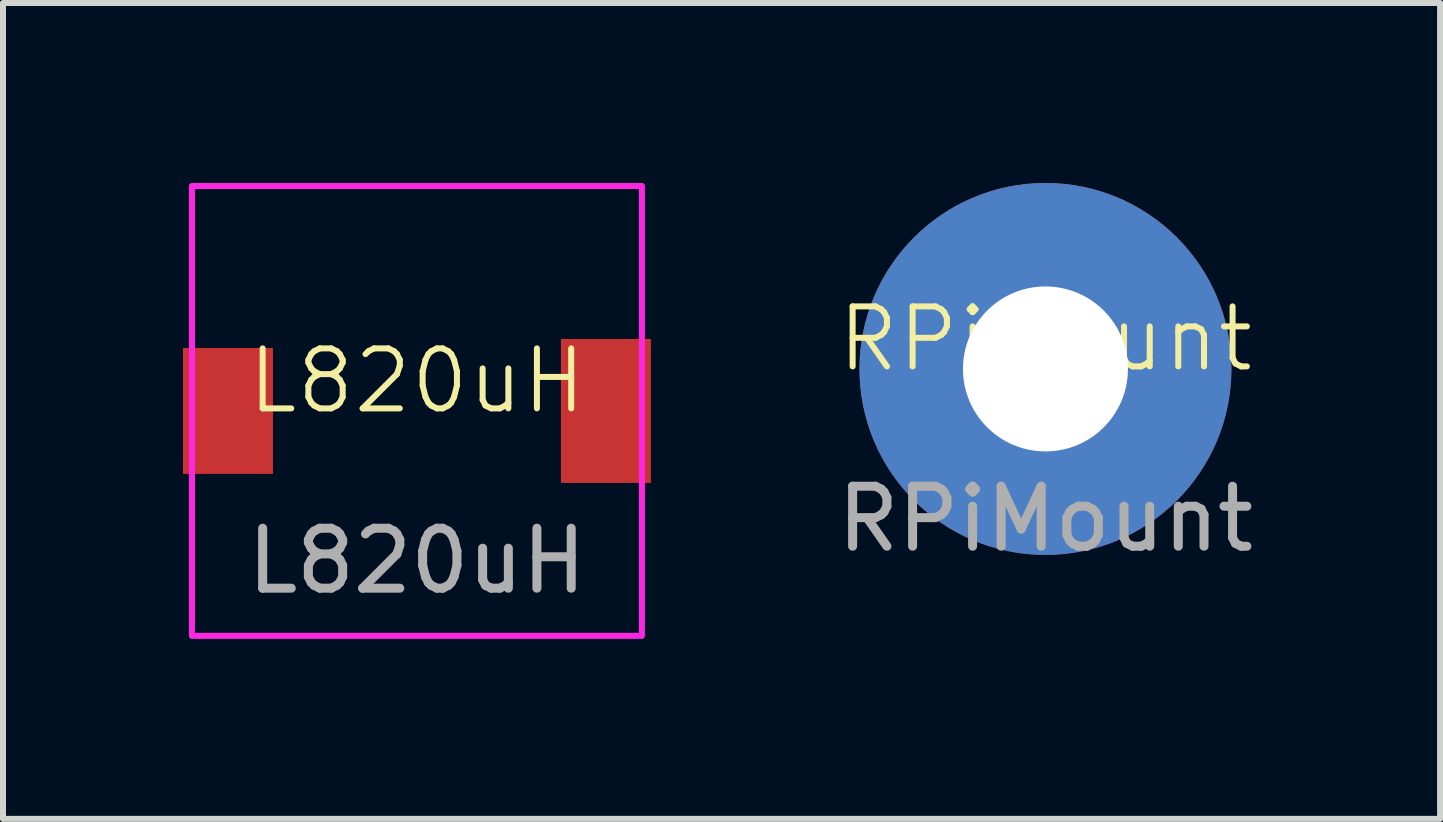
<source format=kicad_pcb>
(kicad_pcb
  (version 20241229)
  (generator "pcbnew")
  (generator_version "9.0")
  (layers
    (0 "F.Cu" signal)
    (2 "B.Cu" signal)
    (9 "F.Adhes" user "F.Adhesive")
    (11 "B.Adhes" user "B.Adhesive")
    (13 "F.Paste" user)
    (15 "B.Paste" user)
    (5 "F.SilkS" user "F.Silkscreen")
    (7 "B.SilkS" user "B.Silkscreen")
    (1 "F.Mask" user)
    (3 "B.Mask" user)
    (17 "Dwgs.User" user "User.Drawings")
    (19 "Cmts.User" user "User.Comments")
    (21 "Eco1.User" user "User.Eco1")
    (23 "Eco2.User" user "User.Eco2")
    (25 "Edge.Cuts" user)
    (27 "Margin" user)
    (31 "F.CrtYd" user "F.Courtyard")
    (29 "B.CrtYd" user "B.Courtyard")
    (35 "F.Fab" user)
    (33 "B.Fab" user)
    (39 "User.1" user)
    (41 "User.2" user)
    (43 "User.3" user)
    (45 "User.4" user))
  (footprint "RPiMount"
    (layer "F.Cu")
    (at 14.377 3.1)
    (property "Reference" "RPiMount" (at 0 -0.5 0) (unlocked yes) (layer "F.SilkS") (effects (font (size 1 1) (thickness 0.1))))
    (attr through_hole)
    (fp_text user "${REFERENCE}" (at 0 2.5 0) (unlocked yes) (layer "F.Fab") (effects (font (size 1 1) (thickness 0.15))))
    (pad "1" thru_hole circle (at 0 0) (size 6.2 6.2) (drill 2.75) (layers "*.Cu")))
  (footprint "L820uH"
    (layer "F.Cu")
    (at 3.9 3.8)
    (property "Reference" "L820uH" (at 0 -0.5 0) (unlocked yes) (layer "F.SilkS") (effects (font (size 1 1) (thickness 0.1))))
    (attr smd)
    (fp_rect (start -3.75 -3.75) (end 3.75 3.75) (stroke (width 0.1) (type default)) (fill no) (layer "F.CrtYd"))
    (fp_text user "${REFERENCE}" (at 0 2.5 0) (unlocked yes) (layer "F.Fab") (effects (font (size 1 1) (thickness 0.15))))
    (pad "1" smd rect (at 3.15 0) (size 1.5 2.4) (layers "F.Cu" "F.Mask" "F.Paste"))
    (pad "2" smd rect (at -3.15 0) (size 1.5 2.1) (layers "F.Cu" "F.Mask" "F.Paste")))
  (gr_rect
    (start -3 -3)
    (end 20.955 10.6)
    (stroke (width 0.1) (type default))
    (fill no)
    (layer "Edge.Cuts")))
</source>
